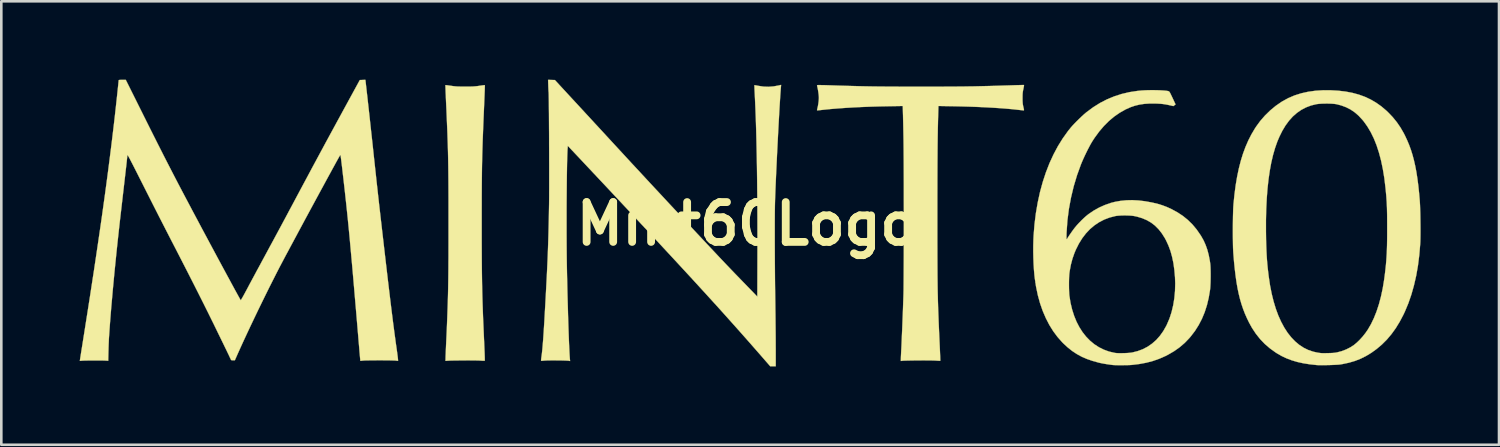
<source format=kicad_pcb>
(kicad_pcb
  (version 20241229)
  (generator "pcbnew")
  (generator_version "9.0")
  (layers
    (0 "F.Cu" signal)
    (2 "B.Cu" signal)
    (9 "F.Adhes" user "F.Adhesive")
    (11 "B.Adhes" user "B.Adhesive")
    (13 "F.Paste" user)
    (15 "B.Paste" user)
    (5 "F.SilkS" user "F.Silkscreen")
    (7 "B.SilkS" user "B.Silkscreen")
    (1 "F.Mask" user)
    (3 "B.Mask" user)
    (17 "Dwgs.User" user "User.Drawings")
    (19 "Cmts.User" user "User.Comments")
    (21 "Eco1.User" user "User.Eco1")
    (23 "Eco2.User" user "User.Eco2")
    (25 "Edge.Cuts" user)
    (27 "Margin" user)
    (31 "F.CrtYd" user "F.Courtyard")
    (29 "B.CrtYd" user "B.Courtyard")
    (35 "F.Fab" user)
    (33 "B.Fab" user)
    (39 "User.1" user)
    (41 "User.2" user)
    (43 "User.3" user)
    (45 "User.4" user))
  (footprint "Mint60Logo"
    (layer "F.Cu")
    (at 25.532 5.518)
    (property "Reference" "Mint60Logo" (at 0 0 0) (layer "F.SilkS") (effects (font (size 1.524 1.524) (thickness 0.3))))
    (attr through_hole)
    (fp_poly (pts (xy -11.489 -5.307) (xy -11.439 -5.301) (xy -11.376 -5.292) (xy -11.326 -5.285) (xy -11.258 -5.275) (xy -11.198 -5.268) (xy -11.14 -5.262) (xy -11.08 -5.258) (xy -11.012 -5.256) (xy -10.931 -5.254) (xy -10.832 -5.254) (xy -10.776 -5.254) (xy -10.666 -5.254) (xy -10.576 -5.255) (xy -10.501 -5.257) (xy -10.437 -5.261) (xy -10.378 -5.266) (xy -10.319 -5.272) (xy -10.256 -5.281) (xy -10.232 -5.285) (xy -10.164 -5.295) (xy -10.105 -5.303) (xy -10.06 -5.308) (xy -10.033 -5.309) (xy -10.027 -5.309) (xy -10.026 -5.295) (xy -10.027 -5.258) (xy -10.029 -5.201) (xy -10.031 -5.125) (xy -10.035 -5.033) (xy -10.039 -4.928) (xy -10.044 -4.811) (xy -10.049 -4.685) (xy -10.052 -4.61) (xy -10.064 -4.331) (xy -10.075 -4.072) (xy -10.085 -3.831) (xy -10.094 -3.605) (xy -10.102 -3.392) (xy -10.11 -3.19) (xy -10.116 -2.996) (xy -10.122 -2.808) (xy -10.127 -2.624) (xy -10.131 -2.442) (xy -10.135 -2.258) (xy -10.138 -2.072) (xy -10.14 -1.88) (xy -10.142 -1.679) (xy -10.144 -1.469) (xy -10.145 -1.246) (xy -10.146 -1.008) (xy -10.146 -0.753) (xy -10.147 -0.479) (xy -10.147 -0.182) (xy -10.147 -0.019) (xy -10.147 0.304) (xy -10.147 0.605) (xy -10.146 0.884) (xy -10.145 1.145) (xy -10.144 1.389) (xy -10.142 1.619) (xy -10.14 1.838) (xy -10.137 2.046) (xy -10.134 2.248) (xy -10.13 2.444) (xy -10.126 2.637) (xy -10.121 2.83) (xy -10.115 3.025) (xy -10.108 3.223) (xy -10.101 3.428) (xy -10.093 3.641) (xy -10.083 3.865) (xy -10.073 4.101) (xy -10.062 4.353) (xy -10.052 4.566) (xy -10.047 4.693) (xy -10.042 4.812) (xy -10.037 4.921) (xy -10.034 5.018) (xy -10.031 5.1) (xy -10.03 5.165) (xy -10.029 5.21) (xy -10.03 5.233) (xy -10.031 5.235) (xy -10.046 5.237) (xy -10.081 5.237) (xy -10.133 5.236) (xy -10.195 5.232) (xy -10.217 5.23) (xy -10.264 5.228) (xy -10.33 5.226) (xy -10.413 5.225) (xy -10.508 5.224) (xy -10.613 5.223) (xy -10.725 5.223) (xy -10.84 5.224) (xy -10.954 5.225) (xy -11.066 5.226) (xy -11.171 5.227) (xy -11.267 5.229) (xy -11.35 5.231) (xy -11.416 5.234) (xy -11.464 5.237) (xy -11.487 5.239) (xy -11.516 5.243) (xy -11.532 5.241) (xy -11.532 5.241) (xy -11.533 5.227) (xy -11.532 5.191) (xy -11.531 5.135) (xy -11.529 5.062) (xy -11.525 4.976) (xy -11.522 4.878) (xy -11.517 4.772) (xy -11.517 4.767) (xy -11.505 4.5) (xy -11.493 4.252) (xy -11.483 4.02) (xy -11.474 3.801) (xy -11.466 3.595) (xy -11.459 3.397) (xy -11.452 3.208) (xy -11.446 3.024) (xy -11.441 2.843) (xy -11.436 2.663) (xy -11.432 2.482) (xy -11.429 2.298) (xy -11.426 2.108) (xy -11.424 1.912) (xy -11.422 1.706) (xy -11.421 1.488) (xy -11.419 1.257) (xy -11.419 1.009) (xy -11.418 0.744) (xy -11.418 0.459) (xy -11.418 0.151) (xy -11.418 -0.013) (xy -11.418 -0.329) (xy -11.418 -0.621) (xy -11.418 -0.893) (xy -11.419 -1.145) (xy -11.42 -1.381) (xy -11.421 -1.602) (xy -11.423 -1.81) (xy -11.425 -2.007) (xy -11.427 -2.197) (xy -11.43 -2.38) (xy -11.433 -2.559) (xy -11.437 -2.736) (xy -11.442 -2.913) (xy -11.447 -3.092) (xy -11.454 -3.276) (xy -11.46 -3.467) (xy -11.468 -3.666) (xy -11.477 -3.875) (xy -11.486 -4.098) (xy -11.496 -4.336) (xy -11.508 -4.591) (xy -11.518 -4.813) (xy -11.522 -4.922) (xy -11.527 -5.023) (xy -11.53 -5.113) (xy -11.533 -5.189) (xy -11.535 -5.249) (xy -11.536 -5.29) (xy -11.536 -5.309) (xy -11.536 -5.309) (xy -11.523 -5.31) (xy -11.489 -5.307)) (stroke (width 0.01) (type solid)) (fill yes) (layer "F.SilkS"))
    (fp_poly (pts (xy 10.596 -5.314) (xy 10.606 -5.314) (xy 10.606 -5.3) (xy 10.602 -5.267) (xy 10.593 -5.22) (xy 10.582 -5.166) (xy 10.569 -5.104) (xy 10.56 -5.049) (xy 10.554 -4.992) (xy 10.551 -4.928) (xy 10.55 -4.848) (xy 10.55 -4.813) (xy 10.55 -4.728) (xy 10.553 -4.661) (xy 10.557 -4.606) (xy 10.564 -4.557) (xy 10.574 -4.505) (xy 10.581 -4.474) (xy 10.595 -4.416) (xy 10.603 -4.378) (xy 10.605 -4.356) (xy 10.601 -4.346) (xy 10.593 -4.343) (xy 10.591 -4.343) (xy 10.571 -4.345) (xy 10.531 -4.349) (xy 10.475 -4.355) (xy 10.408 -4.362) (xy 10.355 -4.368) (xy 10.152 -4.39) (xy 9.927 -4.41) (xy 9.681 -4.429) (xy 9.417 -4.446) (xy 9.138 -4.461) (xy 8.846 -4.475) (xy 8.544 -4.486) (xy 8.234 -4.495) (xy 7.918 -4.502) (xy 7.847 -4.503) (xy 7.331 -4.512) (xy 7.323 -4.221) (xy 7.319 -4.081) (xy 7.315 -3.939) (xy 7.312 -3.795) (xy 7.308 -3.647) (xy 7.306 -3.493) (xy 7.303 -3.332) (xy 7.301 -3.164) (xy 7.299 -2.986) (xy 7.297 -2.796) (xy 7.296 -2.595) (xy 7.294 -2.38) (xy 7.293 -2.149) (xy 7.292 -1.902) (xy 7.291 -1.638) (xy 7.291 -1.353) (xy 7.29 -1.048) (xy 7.29 -0.721) (xy 7.29 -0.371) (xy 7.29 -0.241) (xy 7.29 0.085) (xy 7.29 0.388) (xy 7.29 0.669) (xy 7.291 0.93) (xy 7.291 1.171) (xy 7.292 1.396) (xy 7.293 1.606) (xy 7.294 1.802) (xy 7.295 1.986) (xy 7.297 2.16) (xy 7.299 2.325) (xy 7.301 2.484) (xy 7.304 2.637) (xy 7.308 2.787) (xy 7.311 2.935) (xy 7.316 3.083) (xy 7.32 3.233) (xy 7.326 3.386) (xy 7.332 3.543) (xy 7.338 3.708) (xy 7.345 3.881) (xy 7.353 4.063) (xy 7.362 4.258) (xy 7.371 4.466) (xy 7.38 4.652) (xy 7.385 4.771) (xy 7.39 4.882) (xy 7.394 4.983) (xy 7.398 5.07) (xy 7.4 5.142) (xy 7.402 5.196) (xy 7.402 5.229) (xy 7.402 5.239) (xy 7.388 5.24) (xy 7.354 5.239) (xy 7.303 5.236) (xy 7.241 5.232) (xy 7.213 5.23) (xy 7.165 5.228) (xy 7.097 5.226) (xy 7.013 5.225) (xy 6.916 5.224) (xy 6.81 5.223) (xy 6.698 5.223) (xy 6.582 5.224) (xy 6.467 5.225) (xy 6.355 5.226) (xy 6.249 5.228) (xy 6.153 5.23) (xy 6.07 5.232) (xy 6.004 5.234) (xy 5.957 5.237) (xy 5.934 5.24) (xy 5.893 5.248) (xy 5.893 5.186) (xy 5.894 5.153) (xy 5.895 5.101) (xy 5.898 5.034) (xy 5.902 4.957) (xy 5.905 4.889) (xy 5.91 4.795) (xy 5.916 4.679) (xy 5.922 4.543) (xy 5.928 4.393) (xy 5.935 4.23) (xy 5.943 4.058) (xy 5.95 3.881) (xy 5.957 3.702) (xy 5.964 3.524) (xy 5.971 3.35) (xy 5.977 3.184) (xy 5.982 3.029) (xy 5.987 2.888) (xy 5.991 2.765) (xy 5.994 2.673) (xy 5.995 2.615) (xy 5.997 2.532) (xy 5.998 2.427) (xy 5.999 2.301) (xy 6 2.156) (xy 6.001 1.994) (xy 6.002 1.815) (xy 6.003 1.621) (xy 6.004 1.415) (xy 6.005 1.196) (xy 6.005 0.968) (xy 6.006 0.731) (xy 6.006 0.487) (xy 6.007 0.237) (xy 6.007 -0.016) (xy 6.007 -0.235) (xy 6.007 -0.588) (xy 6.006 -0.918) (xy 6.006 -1.225) (xy 6.006 -1.511) (xy 6.005 -1.778) (xy 6.004 -2.027) (xy 6.003 -2.259) (xy 6.002 -2.477) (xy 6 -2.681) (xy 5.999 -2.873) (xy 5.997 -3.054) (xy 5.995 -3.227) (xy 5.992 -3.391) (xy 5.989 -3.55) (xy 5.986 -3.705) (xy 5.983 -3.856) (xy 5.979 -4.005) (xy 5.976 -4.155) (xy 5.974 -4.202) (xy 5.966 -4.512) (xy 5.45 -4.503) (xy 5.09 -4.496) (xy 4.741 -4.486) (xy 4.402 -4.473) (xy 4.078 -4.457) (xy 3.77 -4.439) (xy 3.481 -4.418) (xy 3.212 -4.396) (xy 2.965 -4.371) (xy 2.93 -4.367) (xy 2.855 -4.359) (xy 2.789 -4.352) (xy 2.737 -4.347) (xy 2.701 -4.345) (xy 2.686 -4.345) (xy 2.686 -4.345) (xy 2.686 -4.36) (xy 2.692 -4.391) (xy 2.699 -4.42) (xy 2.718 -4.501) (xy 2.734 -4.595) (xy 2.747 -4.692) (xy 2.754 -4.781) (xy 2.756 -4.828) (xy 2.753 -4.885) (xy 2.746 -4.959) (xy 2.735 -5.041) (xy 2.722 -5.123) (xy 2.708 -5.197) (xy 2.694 -5.255) (xy 2.693 -5.257) (xy 2.687 -5.288) (xy 2.688 -5.308) (xy 2.689 -5.31) (xy 2.704 -5.311) (xy 2.741 -5.312) (xy 2.796 -5.312) (xy 2.865 -5.311) (xy 2.946 -5.31) (xy 3.016 -5.308) (xy 3.27 -5.3) (xy 3.504 -5.292) (xy 3.72 -5.286) (xy 3.922 -5.28) (xy 4.111 -5.275) (xy 4.291 -5.27) (xy 4.465 -5.266) (xy 4.635 -5.263) (xy 4.804 -5.26) (xy 4.974 -5.258) (xy 5.148 -5.256) (xy 5.33 -5.255) (xy 5.522 -5.254) (xy 5.725 -5.253) (xy 5.944 -5.252) (xy 6.181 -5.252) (xy 6.439 -5.252) (xy 6.648 -5.252) (xy 6.921 -5.252) (xy 7.17 -5.252) (xy 7.4 -5.252) (xy 7.612 -5.253) (xy 7.81 -5.254) (xy 7.996 -5.255) (xy 8.172 -5.256) (xy 8.343 -5.258) (xy 8.51 -5.261) (xy 8.676 -5.263) (xy 8.843 -5.267) (xy 9.016 -5.271) (xy 9.195 -5.275) (xy 9.384 -5.28) (xy 9.587 -5.286) (xy 9.804 -5.293) (xy 10.04 -5.3) (xy 10.281 -5.308) (xy 10.368 -5.31) (xy 10.447 -5.312) (xy 10.513 -5.314) (xy 10.564 -5.314) (xy 10.596 -5.314)) (stroke (width 0.01) (type solid)) (fill yes) (layer "F.SilkS"))
    (fp_poly (pts (xy 22.333 -5.114) (xy 22.632 -5.097) (xy 22.911 -5.064) (xy 23.174 -5.014) (xy 23.421 -4.947) (xy 23.653 -4.863) (xy 23.872 -4.76) (xy 24.08 -4.639) (xy 24.278 -4.499) (xy 24.467 -4.339) (xy 24.535 -4.275) (xy 24.714 -4.088) (xy 24.872 -3.894) (xy 25.013 -3.689) (xy 25.141 -3.467) (xy 25.187 -3.376) (xy 25.27 -3.198) (xy 25.346 -3.017) (xy 25.414 -2.83) (xy 25.475 -2.636) (xy 25.529 -2.432) (xy 25.578 -2.216) (xy 25.622 -1.986) (xy 25.66 -1.739) (xy 25.695 -1.473) (xy 25.725 -1.186) (xy 25.75 -0.902) (xy 25.756 -0.813) (xy 25.762 -0.703) (xy 25.766 -0.576) (xy 25.771 -0.436) (xy 25.774 -0.287) (xy 25.776 -0.133) (xy 25.778 0.022) (xy 25.779 0.175) (xy 25.779 0.322) (xy 25.778 0.459) (xy 25.776 0.581) (xy 25.773 0.685) (xy 25.769 0.762) (xy 25.734 1.185) (xy 25.683 1.591) (xy 25.615 1.98) (xy 25.53 2.351) (xy 25.43 2.705) (xy 25.314 3.04) (xy 25.182 3.356) (xy 25.127 3.473) (xy 24.984 3.744) (xy 24.832 3.992) (xy 24.669 4.218) (xy 24.493 4.426) (xy 24.304 4.615) (xy 24.101 4.787) (xy 23.903 4.93) (xy 23.701 5.053) (xy 23.494 5.157) (xy 23.276 5.243) (xy 23.045 5.311) (xy 22.798 5.364) (xy 22.701 5.38) (xy 22.656 5.385) (xy 22.59 5.39) (xy 22.507 5.394) (xy 22.413 5.398) (xy 22.312 5.402) (xy 22.208 5.404) (xy 22.105 5.406) (xy 22.01 5.407) (xy 21.925 5.406) (xy 21.855 5.405) (xy 21.806 5.402) (xy 21.54 5.373) (xy 21.294 5.334) (xy 21.068 5.284) (xy 20.857 5.222) (xy 20.66 5.148) (xy 20.474 5.061) (xy 20.297 4.96) (xy 20.231 4.918) (xy 20.015 4.762) (xy 19.818 4.592) (xy 19.64 4.406) (xy 19.479 4.203) (xy 19.332 3.981) (xy 19.218 3.775) (xy 19.135 3.605) (xy 19.059 3.432) (xy 18.991 3.255) (xy 18.929 3.072) (xy 18.873 2.88) (xy 18.823 2.677) (xy 18.778 2.462) (xy 18.738 2.232) (xy 18.703 1.985) (xy 18.671 1.72) (xy 18.642 1.433) (xy 18.617 1.123) (xy 18.616 1.111) (xy 18.611 1.027) (xy 18.606 0.921) (xy 18.603 0.797) (xy 18.601 0.659) (xy 18.599 0.51) (xy 18.598 0.355) (xy 18.598 0.291) (xy 19.866 0.291) (xy 19.867 0.368) (xy 19.87 0.6) (xy 19.876 0.811) (xy 19.883 1.005) (xy 19.892 1.187) (xy 19.903 1.362) (xy 19.917 1.533) (xy 19.934 1.705) (xy 19.955 1.883) (xy 19.971 2.013) (xy 20.021 2.351) (xy 20.084 2.67) (xy 20.158 2.969) (xy 20.243 3.249) (xy 20.339 3.509) (xy 20.447 3.748) (xy 20.565 3.967) (xy 20.693 4.165) (xy 20.832 4.341) (xy 20.981 4.496) (xy 21.139 4.629) (xy 21.307 4.739) (xy 21.484 4.826) (xy 21.67 4.889) (xy 21.806 4.92) (xy 21.866 4.931) (xy 21.915 4.938) (xy 21.959 4.944) (xy 22.003 4.947) (xy 22.053 4.948) (xy 22.115 4.948) (xy 22.194 4.947) (xy 22.238 4.946) (xy 22.342 4.943) (xy 22.428 4.939) (xy 22.499 4.932) (xy 22.563 4.922) (xy 22.596 4.915) (xy 22.769 4.869) (xy 22.937 4.804) (xy 23.095 4.724) (xy 23.235 4.633) (xy 23.345 4.541) (xy 23.459 4.43) (xy 23.571 4.306) (xy 23.676 4.173) (xy 23.764 4.045) (xy 23.886 3.835) (xy 23.997 3.603) (xy 24.098 3.35) (xy 24.188 3.076) (xy 24.266 2.783) (xy 24.333 2.472) (xy 24.387 2.144) (xy 24.403 2.026) (xy 24.424 1.862) (xy 24.441 1.708) (xy 24.457 1.561) (xy 24.469 1.418) (xy 24.479 1.275) (xy 24.488 1.128) (xy 24.494 0.975) (xy 24.499 0.811) (xy 24.502 0.634) (xy 24.504 0.439) (xy 24.504 0.223) (xy 24.504 0.159) (xy 24.504 -0.033) (xy 24.503 -0.202) (xy 24.502 -0.353) (xy 24.499 -0.489) (xy 24.496 -0.613) (xy 24.491 -0.73) (xy 24.486 -0.841) (xy 24.478 -0.952) (xy 24.47 -1.065) (xy 24.459 -1.184) (xy 24.447 -1.312) (xy 24.44 -1.377) (xy 24.396 -1.748) (xy 24.339 -2.096) (xy 24.271 -2.422) (xy 24.19 -2.726) (xy 24.098 -3.009) (xy 23.994 -3.269) (xy 23.877 -3.508) (xy 23.748 -3.725) (xy 23.608 -3.921) (xy 23.555 -3.985) (xy 23.412 -4.139) (xy 23.262 -4.269) (xy 23.103 -4.377) (xy 22.933 -4.464) (xy 22.747 -4.533) (xy 22.568 -4.58) (xy 22.502 -4.59) (xy 22.416 -4.598) (xy 22.317 -4.603) (xy 22.209 -4.605) (xy 22.1 -4.604) (xy 21.995 -4.601) (xy 21.899 -4.594) (xy 21.819 -4.585) (xy 21.793 -4.581) (xy 21.59 -4.531) (xy 21.399 -4.459) (xy 21.219 -4.365) (xy 21.05 -4.248) (xy 20.893 -4.11) (xy 20.748 -3.949) (xy 20.613 -3.765) (xy 20.489 -3.558) (xy 20.376 -3.329) (xy 20.3 -3.149) (xy 20.214 -2.904) (xy 20.137 -2.638) (xy 20.069 -2.349) (xy 20.012 -2.04) (xy 19.964 -1.708) (xy 19.925 -1.354) (xy 19.896 -0.977) (xy 19.876 -0.577) (xy 19.866 -0.155) (xy 19.866 0.291) (xy 18.598 0.291) (xy 18.598 0.195) (xy 18.599 0.035) (xy 18.601 -0.121) (xy 18.603 -0.271) (xy 18.607 -0.41) (xy 18.61 -0.535) (xy 18.615 -0.643) (xy 18.621 -0.73) (xy 18.622 -0.749) (xy 18.66 -1.124) (xy 18.706 -1.477) (xy 18.762 -1.808) (xy 18.827 -2.119) (xy 18.902 -2.412) (xy 18.987 -2.687) (xy 19.083 -2.947) (xy 19.19 -3.192) (xy 19.308 -3.424) (xy 19.438 -3.644) (xy 19.488 -3.721) (xy 19.648 -3.94) (xy 19.829 -4.148) (xy 20.027 -4.341) (xy 20.238 -4.516) (xy 20.461 -4.67) (xy 20.498 -4.693) (xy 20.722 -4.815) (xy 20.961 -4.917) (xy 21.215 -4.997) (xy 21.484 -5.057) (xy 21.767 -5.096) (xy 22.065 -5.115) (xy 22.333 -5.114)) (stroke (width 0.01) (type solid)) (fill yes) (layer "F.SilkS"))
    (fp_poly (pts (xy -7.346 -5.505) (xy -6.578 -4.673) (xy -6.443 -4.527) (xy -6.297 -4.369) (xy -6.143 -4.202) (xy -5.985 -4.031) (xy -5.826 -3.858) (xy -5.668 -3.687) (xy -5.515 -3.522) (xy -5.371 -3.365) (xy -5.238 -3.221) (xy -5.137 -3.111) (xy -4.782 -2.727) (xy -4.429 -2.344) (xy -4.074 -1.962) (xy -3.717 -1.576) (xy -3.353 -1.186) (xy -2.982 -0.787) (xy -2.601 -0.379) (xy -2.208 0.042) (xy -1.8 0.478) (xy -1.67 0.616) (xy -1.515 0.782) (xy -1.374 0.932) (xy -1.247 1.067) (xy -1.131 1.191) (xy -1.024 1.305) (xy -0.923 1.411) (xy -0.828 1.511) (xy -0.735 1.609) (xy -0.643 1.705) (xy -0.55 1.802) (xy -0.453 1.903) (xy -0.35 2.009) (xy -0.24 2.123) (xy -0.12 2.247) (xy -0.109 2.258) (xy 0.4 2.783) (xy 0.404 1.255) (xy 0.405 0.623) (xy 0.404 0.014) (xy 0.402 -0.571) (xy 0.398 -1.133) (xy 0.393 -1.672) (xy 0.386 -2.186) (xy 0.377 -2.677) (xy 0.367 -3.143) (xy 0.356 -3.585) (xy 0.343 -4.002) (xy 0.328 -4.395) (xy 0.312 -4.762) (xy 0.3 -5.004) (xy 0.296 -5.088) (xy 0.292 -5.164) (xy 0.29 -5.227) (xy 0.288 -5.274) (xy 0.288 -5.302) (xy 0.288 -5.308) (xy 0.301 -5.307) (xy 0.335 -5.303) (xy 0.382 -5.294) (xy 0.435 -5.284) (xy 0.634 -5.254) (xy 0.829 -5.247) (xy 1.025 -5.262) (xy 1.211 -5.296) (xy 1.311 -5.319) (xy 1.303 -5.234) (xy 1.297 -5.156) (xy 1.289 -5.054) (xy 1.28 -4.931) (xy 1.271 -4.788) (xy 1.261 -4.627) (xy 1.25 -4.45) (xy 1.239 -4.259) (xy 1.228 -4.055) (xy 1.216 -3.842) (xy 1.204 -3.619) (xy 1.192 -3.391) (xy 1.18 -3.157) (xy 1.168 -2.921) (xy 1.156 -2.684) (xy 1.145 -2.447) (xy 1.134 -2.214) (xy 1.123 -1.985) (xy 1.113 -1.762) (xy 1.104 -1.548) (xy 1.095 -1.345) (xy 1.088 -1.153) (xy 1.081 -0.976) (xy 1.08 -0.94) (xy 1.077 -0.839) (xy 1.074 -0.715) (xy 1.072 -0.57) (xy 1.07 -0.404) (xy 1.069 -0.221) (xy 1.068 -0.021) (xy 1.068 0.192) (xy 1.068 0.419) (xy 1.068 0.655) (xy 1.069 0.901) (xy 1.07 1.153) (xy 1.071 1.41) (xy 1.073 1.67) (xy 1.075 1.932) (xy 1.077 2.193) (xy 1.08 2.451) (xy 1.084 2.705) (xy 1.086 2.864) (xy 1.089 3.058) (xy 1.091 3.258) (xy 1.094 3.461) (xy 1.096 3.664) (xy 1.098 3.863) (xy 1.1 4.054) (xy 1.102 4.236) (xy 1.103 4.405) (xy 1.104 4.557) (xy 1.104 4.689) (xy 1.105 4.778) (xy 1.105 5.448) (xy 0.893 5.448) (xy 0.609 5.121) (xy 0.438 4.925) (xy 0.267 4.73) (xy 0.097 4.536) (xy -0.074 4.342) (xy -0.247 4.147) (xy -0.422 3.95) (xy -0.599 3.752) (xy -0.78 3.55) (xy -0.965 3.344) (xy -1.154 3.134) (xy -1.349 2.92) (xy -1.55 2.699) (xy -1.758 2.472) (xy -1.973 2.237) (xy -2.195 1.995) (xy -2.427 1.744) (xy -2.667 1.484) (xy -2.918 1.213) (xy -3.179 0.932) (xy -3.451 0.639) (xy -3.735 0.334) (xy -4.032 0.017) (xy -4.342 -0.315) (xy -4.666 -0.66) (xy -5.004 -1.021) (xy -5.357 -1.398) (xy -5.726 -1.79) (xy -6.112 -2.201) (xy -6.387 -2.494) (xy -6.852 -2.987) (xy -6.86 -2.887) (xy -6.865 -2.815) (xy -6.869 -2.719) (xy -6.873 -2.602) (xy -6.877 -2.464) (xy -6.881 -2.307) (xy -6.884 -2.134) (xy -6.887 -1.946) (xy -6.89 -1.744) (xy -6.892 -1.531) (xy -6.894 -1.308) (xy -6.896 -1.077) (xy -6.898 -0.84) (xy -6.899 -0.598) (xy -6.899 -0.353) (xy -6.899 -0.107) (xy -6.899 0.139) (xy -6.899 0.382) (xy -6.898 0.622) (xy -6.897 0.856) (xy -6.895 1.082) (xy -6.893 1.299) (xy -6.89 1.505) (xy -6.887 1.698) (xy -6.886 1.746) (xy -6.881 1.993) (xy -6.875 2.241) (xy -6.87 2.491) (xy -6.864 2.739) (xy -6.857 2.985) (xy -6.85 3.226) (xy -6.844 3.461) (xy -6.837 3.689) (xy -6.83 3.907) (xy -6.823 4.115) (xy -6.816 4.309) (xy -6.809 4.49) (xy -6.802 4.654) (xy -6.795 4.801) (xy -6.789 4.929) (xy -6.783 5.035) (xy -6.777 5.119) (xy -6.774 5.161) (xy -6.765 5.249) (xy -6.802 5.24) (xy -6.83 5.236) (xy -6.88 5.233) (xy -6.947 5.23) (xy -7.028 5.227) (xy -7.119 5.225) (xy -7.217 5.224) (xy -7.316 5.223) (xy -7.414 5.223) (xy -7.507 5.223) (xy -7.591 5.224) (xy -7.661 5.226) (xy -7.715 5.229) (xy -7.733 5.23) (xy -7.789 5.235) (xy -7.835 5.239) (xy -7.865 5.24) (xy -7.874 5.239) (xy -7.876 5.225) (xy -7.874 5.192) (xy -7.869 5.146) (xy -7.867 5.128) (xy -7.856 5.051) (xy -7.845 4.968) (xy -7.835 4.878) (xy -7.825 4.781) (xy -7.816 4.673) (xy -7.806 4.553) (xy -7.795 4.421) (xy -7.785 4.273) (xy -7.774 4.109) (xy -7.763 3.928) (xy -7.75 3.726) (xy -7.738 3.503) (xy -7.724 3.257) (xy -7.716 3.118) (xy -7.699 2.81) (xy -7.684 2.526) (xy -7.67 2.261) (xy -7.657 2.014) (xy -7.646 1.782) (xy -7.636 1.562) (xy -7.626 1.352) (xy -7.618 1.148) (xy -7.611 0.949) (xy -7.604 0.752) (xy -7.598 0.554) (xy -7.592 0.352) (xy -7.587 0.144) (xy -7.582 -0.073) (xy -7.577 -0.3) (xy -7.573 -0.542) (xy -7.569 -0.749) (xy -7.568 -0.834) (xy -7.567 -0.937) (xy -7.566 -1.058) (xy -7.566 -1.195) (xy -7.565 -1.346) (xy -7.565 -1.509) (xy -7.565 -1.684) (xy -7.565 -1.868) (xy -7.565 -2.06) (xy -7.565 -2.258) (xy -7.566 -2.46) (xy -7.566 -2.666) (xy -7.567 -2.873) (xy -7.568 -3.079) (xy -7.568 -3.284) (xy -7.569 -3.485) (xy -7.571 -3.681) (xy -7.572 -3.871) (xy -7.573 -4.052) (xy -7.574 -4.223) (xy -7.576 -4.382) (xy -7.577 -4.529) (xy -7.578 -4.66) (xy -7.58 -4.776) (xy -7.582 -4.873) (xy -7.583 -4.95) (xy -7.585 -5.007) (xy -7.586 -5.04) (xy -7.587 -5.048) (xy -7.59 -5.069) (xy -7.592 -5.11) (xy -7.595 -5.168) (xy -7.598 -5.236) (xy -7.6 -5.293) (xy -7.607 -5.513) (xy -7.346 -5.505)) (stroke (width 0.01) (type solid)) (fill yes) (layer "F.SilkS"))
    (fp_poly (pts (xy 15.699 -5.116) (xy 15.814 -5.112) (xy 15.918 -5.106) (xy 16.009 -5.099) (xy 16.081 -5.09) (xy 16.127 -5.081) (xy 16.142 -5.076) (xy 16.156 -5.068) (xy 16.169 -5.056) (xy 16.184 -5.035) (xy 16.202 -5.003) (xy 16.225 -4.956) (xy 16.256 -4.892) (xy 16.29 -4.82) (xy 16.406 -4.572) (xy 16.323 -4.508) (xy 16.216 -4.533) (xy 16.107 -4.557) (xy 16.01 -4.575) (xy 15.919 -4.588) (xy 15.824 -4.597) (xy 15.718 -4.603) (xy 15.626 -4.606) (xy 15.411 -4.606) (xy 15.213 -4.593) (xy 15.029 -4.566) (xy 14.854 -4.524) (xy 14.684 -4.466) (xy 14.515 -4.391) (xy 14.484 -4.376) (xy 14.264 -4.251) (xy 14.054 -4.105) (xy 13.855 -3.938) (xy 13.665 -3.748) (xy 13.484 -3.536) (xy 13.312 -3.301) (xy 13.221 -3.162) (xy 13.172 -3.08) (xy 13.116 -2.978) (xy 13.056 -2.863) (xy 12.994 -2.74) (xy 12.933 -2.613) (xy 12.875 -2.487) (xy 12.823 -2.368) (xy 12.784 -2.273) (xy 12.635 -1.861) (xy 12.508 -1.439) (xy 12.405 -1.009) (xy 12.324 -0.574) (xy 12.268 -0.138) (xy 12.237 0.298) (xy 12.234 0.359) (xy 12.232 0.445) (xy 12.231 0.509) (xy 12.232 0.552) (xy 12.235 0.576) (xy 12.24 0.584) (xy 12.241 0.584) (xy 12.255 0.578) (xy 12.255 0.574) (xy 12.263 0.558) (xy 12.282 0.526) (xy 12.312 0.48) (xy 12.349 0.424) (xy 12.392 0.363) (xy 12.436 0.299) (xy 12.481 0.237) (xy 12.523 0.181) (xy 12.557 0.137) (xy 12.626 0.054) (xy 12.71 -0.037) (xy 12.8 -0.13) (xy 12.893 -0.219) (xy 12.982 -0.299) (xy 13.062 -0.364) (xy 13.066 -0.367) (xy 13.266 -0.504) (xy 13.48 -0.624) (xy 13.703 -0.724) (xy 13.93 -0.803) (xy 14.086 -0.843) (xy 14.304 -0.882) (xy 14.525 -0.904) (xy 14.752 -0.909) (xy 14.987 -0.897) (xy 15.233 -0.867) (xy 15.494 -0.82) (xy 15.56 -0.805) (xy 15.742 -0.761) (xy 15.909 -0.709) (xy 16.069 -0.648) (xy 16.232 -0.575) (xy 16.25 -0.566) (xy 16.478 -0.442) (xy 16.687 -0.304) (xy 16.877 -0.15) (xy 17.051 0.021) (xy 17.211 0.212) (xy 17.358 0.424) (xy 17.382 0.461) (xy 17.477 0.629) (xy 17.556 0.805) (xy 17.622 0.992) (xy 17.675 1.193) (xy 17.717 1.412) (xy 17.732 1.511) (xy 17.739 1.58) (xy 17.744 1.67) (xy 17.747 1.775) (xy 17.749 1.891) (xy 17.749 2.012) (xy 17.747 2.133) (xy 17.744 2.251) (xy 17.739 2.359) (xy 17.733 2.453) (xy 17.725 2.527) (xy 17.674 2.829) (xy 17.606 3.113) (xy 17.52 3.38) (xy 17.415 3.632) (xy 17.291 3.871) (xy 17.148 4.097) (xy 16.984 4.311) (xy 16.932 4.372) (xy 16.757 4.554) (xy 16.565 4.719) (xy 16.354 4.869) (xy 16.124 5.003) (xy 16.021 5.056) (xy 15.785 5.16) (xy 15.543 5.245) (xy 15.289 5.312) (xy 15.022 5.362) (xy 14.738 5.397) (xy 14.732 5.397) (xy 14.675 5.401) (xy 14.6 5.404) (xy 14.512 5.406) (xy 14.416 5.407) (xy 14.319 5.408) (xy 14.225 5.408) (xy 14.14 5.406) (xy 14.071 5.404) (xy 14.027 5.402) (xy 13.945 5.393) (xy 13.847 5.379) (xy 13.741 5.363) (xy 13.637 5.345) (xy 13.541 5.326) (xy 13.468 5.31) (xy 13.23 5.244) (xy 13.013 5.169) (xy 12.812 5.082) (xy 12.626 4.98) (xy 12.449 4.863) (xy 12.279 4.728) (xy 12.112 4.574) (xy 12.07 4.532) (xy 11.891 4.33) (xy 11.726 4.109) (xy 11.576 3.868) (xy 11.442 3.609) (xy 11.323 3.333) (xy 11.221 3.041) (xy 11.136 2.732) (xy 11.068 2.409) (xy 11.059 2.352) (xy 12.327 2.352) (xy 12.328 2.461) (xy 12.331 2.564) (xy 12.335 2.655) (xy 12.34 2.728) (xy 12.343 2.75) (xy 12.386 3.021) (xy 12.447 3.277) (xy 12.524 3.518) (xy 12.616 3.744) (xy 12.724 3.952) (xy 12.847 4.144) (xy 12.984 4.317) (xy 13.134 4.471) (xy 13.297 4.606) (xy 13.473 4.72) (xy 13.66 4.813) (xy 13.858 4.885) (xy 14.067 4.934) (xy 14.103 4.94) (xy 14.157 4.945) (xy 14.23 4.948) (xy 14.317 4.948) (xy 14.41 4.947) (xy 14.505 4.944) (xy 14.594 4.939) (xy 14.673 4.932) (xy 14.735 4.924) (xy 14.745 4.922) (xy 14.956 4.869) (xy 15.154 4.795) (xy 15.338 4.699) (xy 15.507 4.582) (xy 15.664 4.444) (xy 15.806 4.285) (xy 15.935 4.104) (xy 16.05 3.902) (xy 16.077 3.846) (xy 16.174 3.619) (xy 16.253 3.375) (xy 16.315 3.116) (xy 16.359 2.846) (xy 16.385 2.566) (xy 16.393 2.28) (xy 16.385 2.051) (xy 16.361 1.769) (xy 16.325 1.507) (xy 16.274 1.264) (xy 16.211 1.037) (xy 16.132 0.825) (xy 16.039 0.625) (xy 15.995 0.543) (xy 15.881 0.363) (xy 15.757 0.205) (xy 15.621 0.068) (xy 15.472 -0.047) (xy 15.308 -0.142) (xy 15.129 -0.218) (xy 14.933 -0.277) (xy 14.815 -0.302) (xy 14.738 -0.312) (xy 14.644 -0.319) (xy 14.539 -0.323) (xy 14.43 -0.324) (xy 14.322 -0.321) (xy 14.223 -0.315) (xy 14.139 -0.306) (xy 14.104 -0.3) (xy 13.884 -0.244) (xy 13.677 -0.166) (xy 13.483 -0.066) (xy 13.301 0.056) (xy 13.132 0.199) (xy 12.977 0.363) (xy 12.835 0.548) (xy 12.707 0.754) (xy 12.593 0.981) (xy 12.536 1.115) (xy 12.46 1.333) (xy 12.398 1.567) (xy 12.353 1.811) (xy 12.343 1.886) (xy 12.337 1.95) (xy 12.332 2.034) (xy 12.329 2.132) (xy 12.327 2.24) (xy 12.327 2.352) (xy 11.059 2.352) (xy 11.017 2.073) (xy 11.005 1.968) (xy 10.987 1.762) (xy 10.973 1.538) (xy 10.964 1.303) (xy 10.959 1.064) (xy 10.96 0.827) (xy 10.966 0.601) (xy 10.973 0.451) (xy 11.008 0.013) (xy 11.061 -0.412) (xy 11.132 -0.824) (xy 11.219 -1.222) (xy 11.324 -1.606) (xy 11.445 -1.973) (xy 11.582 -2.325) (xy 11.736 -2.659) (xy 11.905 -2.976) (xy 12.09 -3.274) (xy 12.29 -3.553) (xy 12.391 -3.679) (xy 12.456 -3.754) (xy 12.537 -3.84) (xy 12.627 -3.932) (xy 12.722 -4.025) (xy 12.816 -4.115) (xy 12.906 -4.197) (xy 12.986 -4.265) (xy 13.005 -4.28) (xy 13.257 -4.466) (xy 13.516 -4.628) (xy 13.783 -4.766) (xy 14.059 -4.88) (xy 14.344 -4.972) (xy 14.641 -5.042) (xy 14.949 -5.089) (xy 15.112 -5.105) (xy 15.218 -5.111) (xy 15.334 -5.116) (xy 15.455 -5.118) (xy 15.578 -5.118) (xy 15.699 -5.116)) (stroke (width 0.01) (type solid)) (fill yes) (layer "F.SilkS"))
    (fp_poly (pts (xy -14.544 -5.033) (xy -14.528 -4.898) (xy -14.511 -4.741) (xy -14.491 -4.562) (xy -14.469 -4.364) (xy -14.445 -4.149) (xy -14.42 -3.919) (xy -14.394 -3.677) (xy -14.366 -3.423) (xy -14.337 -3.161) (xy -14.308 -2.892) (xy -14.279 -2.618) (xy -14.249 -2.342) (xy -14.219 -2.066) (xy -14.218 -2.057) (xy -14.195 -1.848) (xy -14.173 -1.638) (xy -14.149 -1.425) (xy -14.125 -1.208) (xy -14.1 -0.983) (xy -14.074 -0.75) (xy -14.046 -0.505) (xy -14.017 -0.248) (xy -13.985 0.025) (xy -13.952 0.314) (xy -13.916 0.622) (xy -13.878 0.952) (xy -13.837 1.305) (xy -13.836 1.314) (xy -13.798 1.639) (xy -13.763 1.94) (xy -13.73 2.219) (xy -13.699 2.478) (xy -13.67 2.719) (xy -13.643 2.944) (xy -13.617 3.155) (xy -13.593 3.352) (xy -13.569 3.539) (xy -13.547 3.717) (xy -13.525 3.887) (xy -13.503 4.052) (xy -13.482 4.213) (xy -13.46 4.372) (xy -13.439 4.531) (xy -13.416 4.691) (xy -13.4 4.804) (xy -13.386 4.906) (xy -13.374 4.999) (xy -13.363 5.081) (xy -13.355 5.149) (xy -13.35 5.2) (xy -13.348 5.231) (xy -13.348 5.239) (xy -13.364 5.24) (xy -13.398 5.237) (xy -13.432 5.232) (xy -13.463 5.229) (xy -13.516 5.227) (xy -13.588 5.225) (xy -13.675 5.223) (xy -13.775 5.222) (xy -13.883 5.221) (xy -13.996 5.22) (xy -14.112 5.22) (xy -14.227 5.221) (xy -14.337 5.222) (xy -14.439 5.223) (xy -14.53 5.224) (xy -14.606 5.226) (xy -14.665 5.229) (xy -14.702 5.232) (xy -14.706 5.232) (xy -14.748 5.238) (xy -14.779 5.241) (xy -14.791 5.241) (xy -14.793 5.228) (xy -14.796 5.192) (xy -14.802 5.134) (xy -14.809 5.056) (xy -14.817 4.961) (xy -14.827 4.849) (xy -14.837 4.723) (xy -14.849 4.585) (xy -14.862 4.436) (xy -14.875 4.279) (xy -14.884 4.171) (xy -14.921 3.733) (xy -14.956 3.32) (xy -14.99 2.929) (xy -15.021 2.562) (xy -15.051 2.216) (xy -15.079 1.891) (xy -15.106 1.586) (xy -15.132 1.3) (xy -15.156 1.033) (xy -15.179 0.782) (xy -15.2 0.548) (xy -15.221 0.329) (xy -15.241 0.125) (xy -15.26 -0.065) (xy -15.277 -0.243) (xy -15.279 -0.254) (xy -15.294 -0.401) (xy -15.31 -0.555) (xy -15.327 -0.717) (xy -15.345 -0.883) (xy -15.364 -1.051) (xy -15.382 -1.221) (xy -15.401 -1.389) (xy -15.42 -1.554) (xy -15.438 -1.715) (xy -15.456 -1.868) (xy -15.473 -2.013) (xy -15.488 -2.147) (xy -15.503 -2.268) (xy -15.516 -2.375) (xy -15.527 -2.466) (xy -15.537 -2.538) (xy -15.544 -2.59) (xy -15.549 -2.62) (xy -15.551 -2.627) (xy -15.565 -2.626) (xy -15.57 -2.622) (xy -15.579 -2.608) (xy -15.599 -2.572) (xy -15.63 -2.518) (xy -15.671 -2.444) (xy -15.721 -2.354) (xy -15.779 -2.247) (xy -15.846 -2.126) (xy -15.919 -1.991) (xy -15.999 -1.845) (xy -16.085 -1.688) (xy -16.175 -1.521) (xy -16.27 -1.346) (xy -16.369 -1.165) (xy -16.47 -0.978) (xy -16.574 -0.786) (xy -16.679 -0.592) (xy -16.785 -0.396) (xy -16.891 -0.2) (xy -16.996 -0.004) (xy -17.1 0.189) (xy -17.202 0.379) (xy -17.301 0.564) (xy -17.397 0.743) (xy -17.489 0.914) (xy -17.576 1.077) (xy -17.658 1.229) (xy -17.733 1.371) (xy -17.76 1.422) (xy -17.88 1.649) (xy -18.007 1.896) (xy -18.14 2.159) (xy -18.279 2.434) (xy -18.42 2.719) (xy -18.563 3.011) (xy -18.707 3.306) (xy -18.848 3.6) (xy -18.987 3.892) (xy -19.121 4.177) (xy -19.249 4.452) (xy -19.369 4.714) (xy -19.48 4.96) (xy -19.568 5.159) (xy -19.595 5.22) (xy -19.665 5.22) (xy -19.706 5.219) (xy -19.729 5.213) (xy -19.743 5.2) (xy -19.753 5.178) (xy -19.767 5.148) (xy -19.792 5.096) (xy -19.825 5.024) (xy -19.868 4.936) (xy -19.918 4.831) (xy -19.976 4.713) (xy -20.039 4.582) (xy -20.108 4.441) (xy -20.181 4.291) (xy -20.258 4.134) (xy -20.337 3.971) (xy -20.418 3.805) (xy -20.469 3.702) (xy -20.635 3.366) (xy -20.813 3.009) (xy -21.001 2.635) (xy -21.199 2.244) (xy -21.405 1.839) (xy -21.619 1.422) (xy -21.837 0.998) (xy -22.048 0.59) (xy -22.266 0.165) (xy -22.489 -0.27) (xy -22.713 -0.711) (xy -22.935 -1.15) (xy -23.153 -1.582) (xy -23.276 -1.825) (xy -23.343 -1.958) (xy -23.407 -2.084) (xy -23.467 -2.202) (xy -23.522 -2.309) (xy -23.571 -2.403) (xy -23.613 -2.484) (xy -23.648 -2.548) (xy -23.674 -2.595) (xy -23.69 -2.622) (xy -23.695 -2.629) (xy -23.707 -2.618) (xy -23.711 -2.596) (xy -23.712 -2.584) (xy -23.714 -2.56) (xy -23.718 -2.521) (xy -23.724 -2.467) (xy -23.731 -2.398) (xy -23.741 -2.312) (xy -23.752 -2.21) (xy -23.766 -2.089) (xy -23.782 -1.95) (xy -23.8 -1.791) (xy -23.821 -1.611) (xy -23.844 -1.411) (xy -23.87 -1.188) (xy -23.898 -0.943) (xy -23.929 -0.674) (xy -23.963 -0.381) (xy -23.964 -0.375) (xy -24.005 -0.017) (xy -24.045 0.347) (xy -24.085 0.714) (xy -24.124 1.083) (xy -24.161 1.45) (xy -24.198 1.814) (xy -24.232 2.172) (xy -24.265 2.521) (xy -24.295 2.86) (xy -24.324 3.186) (xy -24.349 3.496) (xy -24.372 3.788) (xy -24.392 4.06) (xy -24.409 4.31) (xy -24.41 4.324) (xy -24.415 4.404) (xy -24.419 4.501) (xy -24.424 4.61) (xy -24.428 4.724) (xy -24.431 4.836) (xy -24.433 4.896) (xy -24.441 5.239) (xy -24.53 5.232) (xy -24.576 5.23) (xy -24.641 5.228) (xy -24.722 5.227) (xy -24.813 5.226) (xy -24.912 5.226) (xy -25.014 5.226) (xy -25.114 5.227) (xy -25.209 5.228) (xy -25.293 5.229) (xy -25.364 5.231) (xy -25.417 5.233) (xy -25.441 5.235) (xy -25.484 5.239) (xy -25.515 5.24) (xy -25.527 5.239) (xy -25.527 5.239) (xy -25.525 5.225) (xy -25.519 5.19) (xy -25.511 5.134) (xy -25.499 5.06) (xy -25.485 4.971) (xy -25.469 4.869) (xy -25.451 4.757) (xy -25.432 4.637) (xy -25.431 4.633) (xy -25.333 4.013) (xy -25.239 3.417) (xy -25.149 2.843) (xy -25.064 2.289) (xy -24.982 1.755) (xy -24.905 1.239) (xy -24.831 0.74) (xy -24.76 0.256) (xy -24.692 -0.214) (xy -24.628 -0.672) (xy -24.566 -1.119) (xy -24.507 -1.556) (xy -24.45 -1.985) (xy -24.396 -2.407) (xy -24.343 -2.824) (xy -24.292 -3.237) (xy -24.243 -3.646) (xy -24.213 -3.899) (xy -24.202 -3.997) (xy -24.189 -4.108) (xy -24.176 -4.227) (xy -24.162 -4.354) (xy -24.147 -4.485) (xy -24.133 -4.618) (xy -24.118 -4.751) (xy -24.104 -4.88) (xy -24.091 -5.003) (xy -24.079 -5.118) (xy -24.068 -5.223) (xy -24.058 -5.314) (xy -24.051 -5.389) (xy -24.045 -5.445) (xy -24.042 -5.481) (xy -24.041 -5.492) (xy -24.037 -5.501) (xy -24.023 -5.507) (xy -23.995 -5.51) (xy -23.949 -5.511) (xy -23.905 -5.511) (xy -23.768 -5.511) (xy -23.086 -4.143) (xy -22.943 -3.855) (xy -22.807 -3.584) (xy -22.678 -3.327) (xy -22.555 -3.082) (xy -22.436 -2.848) (xy -22.321 -2.62) (xy -22.207 -2.397) (xy -22.093 -2.176) (xy -21.979 -1.955) (xy -21.863 -1.731) (xy -21.744 -1.502) (xy -21.62 -1.266) (xy -21.49 -1.02) (xy -21.353 -0.761) (xy -21.208 -0.487) (xy -21.053 -0.196) (xy -20.888 0.114) (xy -20.802 0.275) (xy -20.712 0.443) (xy -20.62 0.615) (xy -20.526 0.791) (xy -20.43 0.969) (xy -20.335 1.147) (xy -20.239 1.325) (xy -20.145 1.5) (xy -20.052 1.672) (xy -19.962 1.838) (xy -19.876 1.998) (xy -19.793 2.15) (xy -19.716 2.293) (xy -19.645 2.424) (xy -19.58 2.544) (xy -19.522 2.649) (xy -19.472 2.74) (xy -19.431 2.814) (xy -19.4 2.87) (xy -19.379 2.907) (xy -19.37 2.923) (xy -19.369 2.923) (xy -19.362 2.914) (xy -19.344 2.885) (xy -19.317 2.838) (xy -19.281 2.776) (xy -19.24 2.701) (xy -19.193 2.614) (xy -19.142 2.52) (xy -19.127 2.491) (xy -19.09 2.422) (xy -19.054 2.353) (xy -19.017 2.284) (xy -18.978 2.212) (xy -18.938 2.137) (xy -18.895 2.057) (xy -18.848 1.97) (xy -18.797 1.875) (xy -18.741 1.77) (xy -18.678 1.655) (xy -18.609 1.527) (xy -18.533 1.385) (xy -18.448 1.229) (xy -18.354 1.055) (xy -18.251 0.863) (xy -18.136 0.652) (xy -18.028 0.451) (xy -17.99 0.381) (xy -17.942 0.291) (xy -17.884 0.184) (xy -17.818 0.062) (xy -17.746 -0.073) (xy -17.668 -0.218) (xy -17.586 -0.371) (xy -17.502 -0.53) (xy -17.415 -0.691) (xy -17.329 -0.852) (xy -17.272 -0.959) (xy -17.102 -1.278) (xy -16.942 -1.577) (xy -16.79 -1.86) (xy -16.646 -2.13) (xy -16.506 -2.39) (xy -16.37 -2.642) (xy -16.236 -2.891) (xy -16.102 -3.139) (xy -15.966 -3.39) (xy -15.827 -3.645) (xy -15.683 -3.91) (xy -15.533 -4.185) (xy -15.402 -4.426) (xy -14.813 -5.505) (xy -14.705 -5.509) (xy -14.598 -5.513) (xy -14.544 -5.033)) (stroke (width 0.01) (type solid)) (fill yes) (layer "F.SilkS")))
  (gr_rect
    (start -3 -3)
    (end 54.316 13.971)
    (stroke (width 0.1) (type default))
    (fill no)
    (layer "Edge.Cuts")))
</source>
